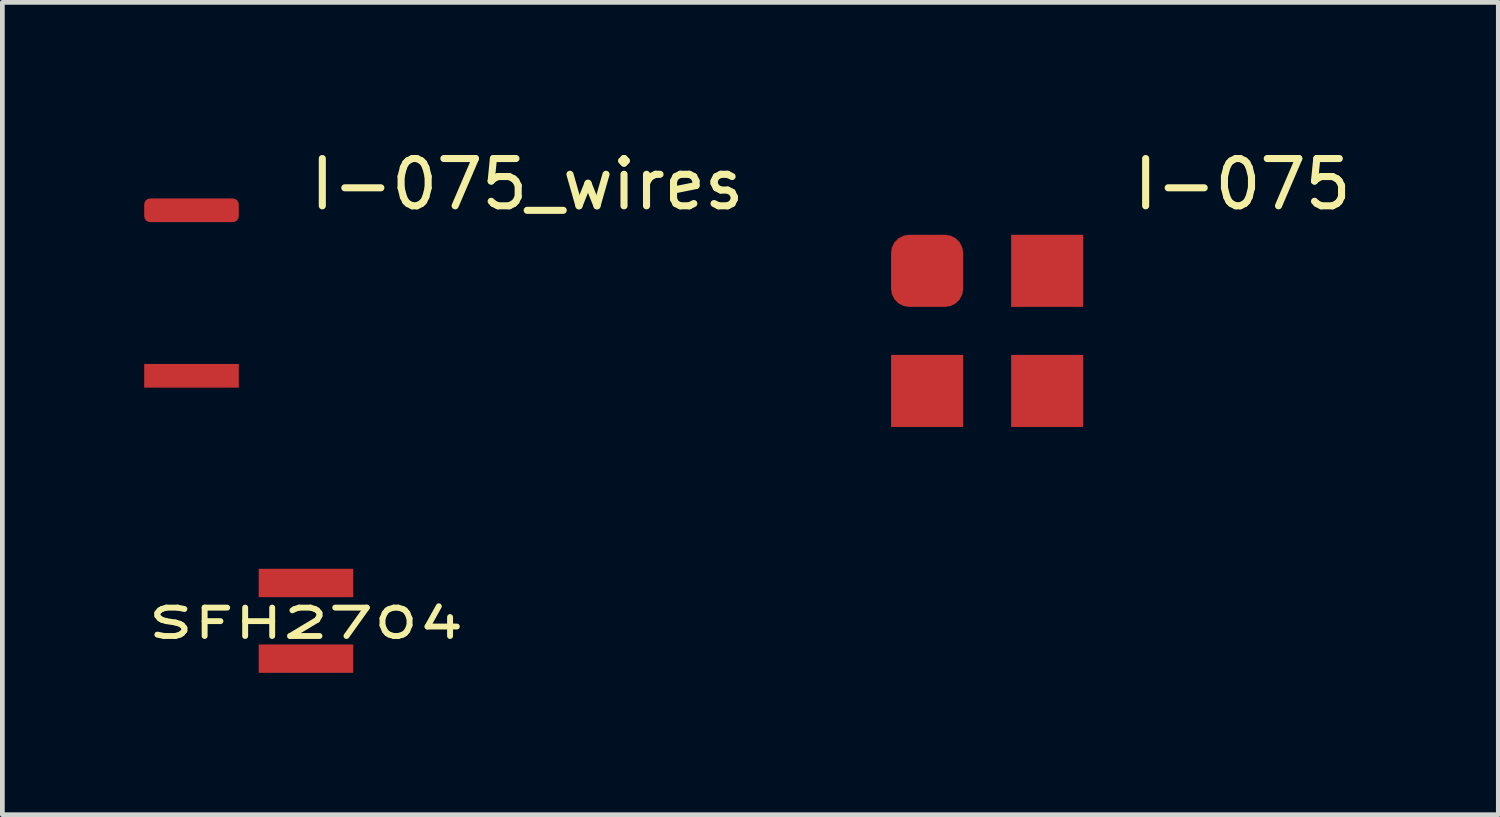
<source format=kicad_pcb>
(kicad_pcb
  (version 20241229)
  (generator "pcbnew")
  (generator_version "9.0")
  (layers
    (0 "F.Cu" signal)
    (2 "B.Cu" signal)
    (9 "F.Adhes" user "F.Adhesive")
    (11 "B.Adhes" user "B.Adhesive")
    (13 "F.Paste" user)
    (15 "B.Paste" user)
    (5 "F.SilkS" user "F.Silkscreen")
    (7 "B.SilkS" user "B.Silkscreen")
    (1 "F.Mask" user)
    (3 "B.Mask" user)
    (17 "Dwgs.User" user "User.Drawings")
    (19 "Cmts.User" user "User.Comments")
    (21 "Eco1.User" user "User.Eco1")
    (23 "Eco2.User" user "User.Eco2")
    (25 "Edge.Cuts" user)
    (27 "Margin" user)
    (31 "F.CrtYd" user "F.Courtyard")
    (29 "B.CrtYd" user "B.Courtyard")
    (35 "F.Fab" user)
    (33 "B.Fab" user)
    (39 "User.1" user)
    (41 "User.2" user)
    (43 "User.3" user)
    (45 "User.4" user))
  (footprint "I-075_wires"
    (layer "F.Cu")
    (at 1 3.148)
    (property "Reference" "I-075_wires" (at 7.1 -2.3 0) (layer "F.SilkS") (effects (font (size 1 1) (thickness 0.15))))
    (attr through_hole)
    (pad "1" smd roundrect (at 0 -1.75) (size 2 0.5) (layers "F.Cu" "F.Mask" "F.Paste") (roundrect_rratio 0.25))
    (pad "2" smd rect (at 0 1.75) (size 2 0.5) (layers "F.Cu" "F.Mask" "F.Paste")))
  (footprint "I-075"
    (layer "F.Cu")
    (at 17.828 3.948)
    (property "Reference" "I-075" (at 5.4 -3.1 0) (layer "F.SilkS") (effects (font (size 1 1) (thickness 0.15))))
    (attr through_hole)
    (pad "1" smd roundrect (at -1.27 -1.27) (size 1.524 1.524) (layers "F.Cu" "F.Mask" "F.Paste") (roundrect_rratio 0.25))
    (pad "2" smd rect (at 1.27 -1.27) (size 1.524 1.524) (layers "F.Cu" "F.Mask" "F.Paste"))
    (pad "3" smd rect (at -1.27 1.27) (size 1.524 1.524) (layers "F.Cu" "F.Mask" "F.Paste"))
    (pad "4" smd rect (at 1.27 1.27) (size 1.524 1.524) (layers "F.Cu" "F.Mask" "F.Paste")))
  (footprint "SFH2704"
    (layer "F.Cu")
    (at 3.421 10.08)
    (property "Reference" "SFH2704" (at 0 0.05 0) (layer "F.SilkS") (effects (font (size 0.6 1) (thickness 0.125))))
    (attr through_hole)
    (pad "1" smd rect (at 0 -0.8) (size 2 0.6) (layers "F.Cu" "F.Mask" "F.Paste"))
    (pad "2" smd rect (at 0 0.8) (size 2 0.6) (layers "F.Cu" "F.Mask" "F.Paste")))
  (gr_rect
    (start -3 -3)
    (end 28.639 14.18)
    (stroke (width 0.1) (type default))
    (fill no)
    (layer "Edge.Cuts")))
</source>
